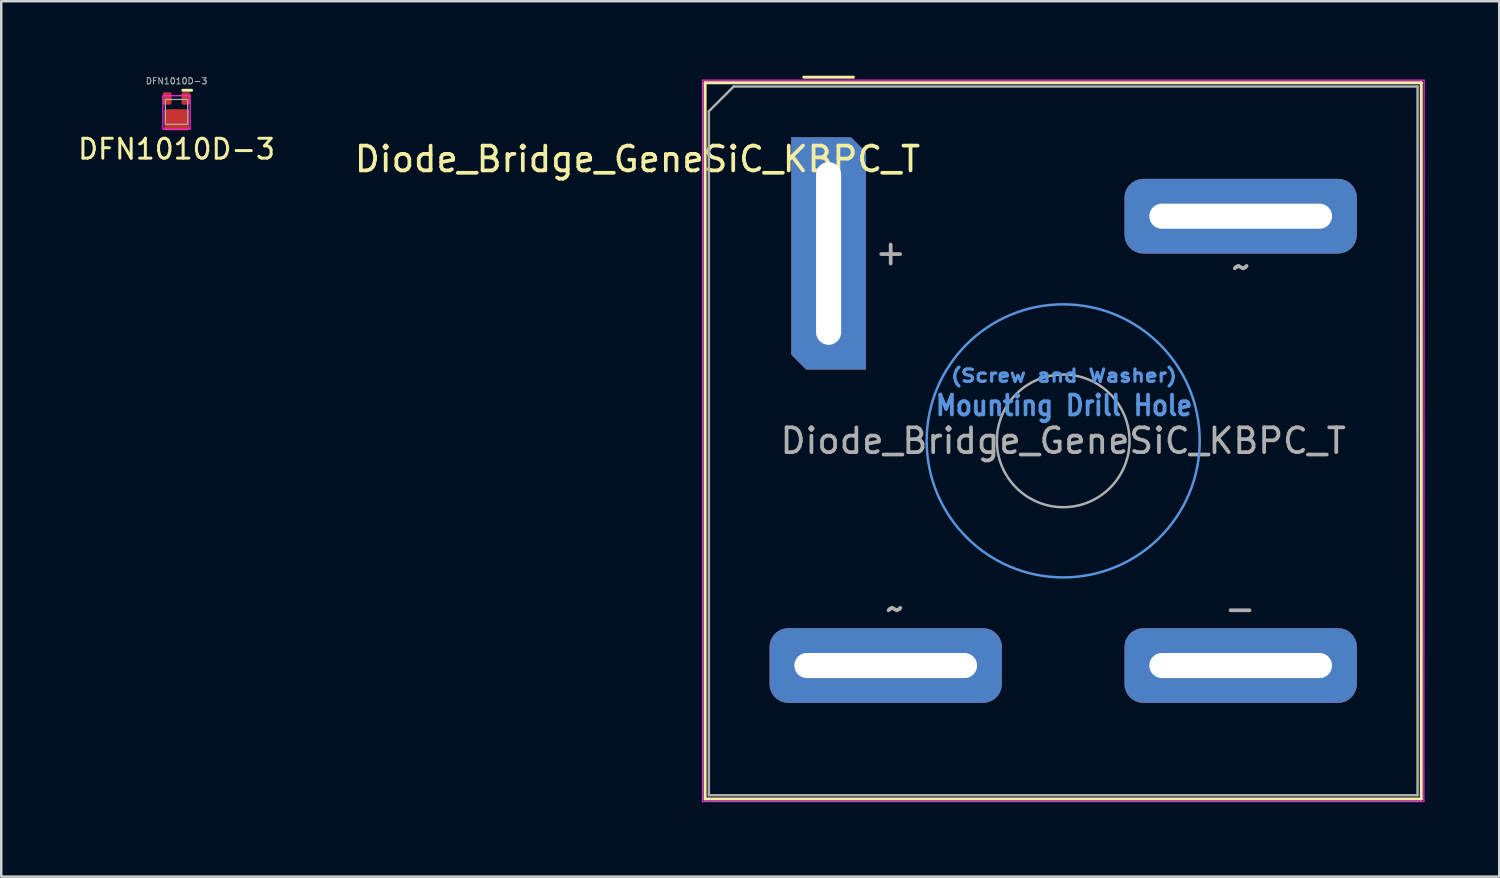
<source format=kicad_pcb>
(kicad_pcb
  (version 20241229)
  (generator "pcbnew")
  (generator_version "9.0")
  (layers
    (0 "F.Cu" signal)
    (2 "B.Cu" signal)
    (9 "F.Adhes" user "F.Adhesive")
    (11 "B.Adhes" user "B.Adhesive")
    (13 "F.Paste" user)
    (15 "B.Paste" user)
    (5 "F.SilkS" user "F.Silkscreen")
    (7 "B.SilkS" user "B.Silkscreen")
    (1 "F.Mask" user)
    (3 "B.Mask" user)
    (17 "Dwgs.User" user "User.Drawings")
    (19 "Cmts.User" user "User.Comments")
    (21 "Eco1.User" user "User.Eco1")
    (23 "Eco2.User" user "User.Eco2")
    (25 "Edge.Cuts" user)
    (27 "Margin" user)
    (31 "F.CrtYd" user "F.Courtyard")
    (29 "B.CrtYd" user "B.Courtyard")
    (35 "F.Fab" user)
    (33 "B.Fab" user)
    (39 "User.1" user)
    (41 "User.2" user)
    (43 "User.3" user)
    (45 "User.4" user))
  (footprint "DFN1010D-3"
    (layer "F.Cu")
    (at 4.062 1.456)
    (property "Reference" "DFN1010D-3" (at 0 1.5 0) (unlocked yes) (layer "F.SilkS") (effects (font (size 0.8 0.8) (thickness 0.12))))
    (attr smd)
    (fp_line (start 0.605 -0.87) (end 0.255 -0.87) (stroke (width 0.12) (type solid)) (layer "F.SilkS"))
    (fp_rect (start -0.4 0.4) (end 0.4 0.7) (stroke (width 0.1) (type solid)) (fill yes) (layer "F.Paste"))
    (fp_rect (start -0.55 -0.65) (end 0.55 0.7) (stroke (width 0.05) (type solid)) (fill no) (layer "F.CrtYd"))
    (fp_rect (start -0.45 -0.5) (end 0.45 0.5) (stroke (width 0.05) (type solid)) (fill no) (layer "F.Fab"))
    (fp_rect (start -0.45 -0.095) (end 0.45 0.095) (stroke (width 0.01) (type solid)) (fill no) (layer "User.6"))
    (fp_rect (start -0.138 0.275) (end 0.138 0.5) (stroke (width 0.01) (type solid)) (fill no) (layer "User.6"))
    (fp_text user "${REFERENCE}" (at 0 -1.24 0) (unlocked yes) (layer "F.Fab") (effects (font (size 0.25 0.25) (thickness 0.04))))
    (pad "1" smd roundrect (at 0.375 -0.54) (size 0.35 0.5) (layers "F.Cu" "F.Mask" "F.Paste") (roundrect_rratio 0.2))
    (pad "2" smd roundrect (at -0.375 -0.54) (size 0.35 0.5) (layers "F.Cu" "F.Mask" "F.Paste") (roundrect_rratio 0.2))
    (pad "3" smd roundrect (at 0.01 0.32) (size 1 0.85) (layers "F.Cu" "F.Mask") (roundrect_rratio 0.1)))
  (footprint "Diode_Bridge_GeneSiC_KBPC_T"
    (layer "F.Cu")
    (at 30.33 7.16)
    (property "Reference" "Diode_Bridge_GeneSiC_KBPC_T" (at -7.7 -3.8 180) (layer "F.SilkS") (effects (font (size 1 1) (thickness 0.15))))
    (attr through_hole)
    (fp_line (start -4.975 -6.875) (end 23.875 -6.875) (stroke (width 0.12) (type solid)) (layer "F.SilkS"))
    (fp_line (start -4.975 21.975) (end -4.975 -6.875) (stroke (width 0.12) (type solid)) (layer "F.SilkS"))
    (fp_line (start -1 -7.1) (end 1 -7.1) (stroke (width 0.12) (type solid)) (layer "F.SilkS"))
    (fp_line (start 23.875 -6.875) (end 23.875 21.975) (stroke (width 0.12) (type solid)) (layer "F.SilkS"))
    (fp_line (start 23.875 21.975) (end -4.975 21.975) (stroke (width 0.12) (type solid)) (layer "F.SilkS"))
    (fp_circle (center 9.45 7.55) (end 14.95 7.55) (stroke (width 0.1) (type solid)) (fill no) (layer "Cmts.User"))
    (fp_line (start -5.08 -6.98) (end 23.99 -6.98) (stroke (width 0.05) (type solid)) (layer "F.CrtYd"))
    (fp_line (start -5.08 22.08) (end -5.08 -6.98) (stroke (width 0.05) (type solid)) (layer "F.CrtYd"))
    (fp_line (start 23.98 22.08) (end -5.08 22.08) (stroke (width 0.05) (type solid)) (layer "F.CrtYd"))
    (fp_line (start 23.99 -6.98) (end 23.98 22.08) (stroke (width 0.05) (type solid)) (layer "F.CrtYd"))
    (fp_line (start -4.825 21.825) (end -4.825 -5.725) (stroke (width 0.1) (type solid)) (layer "F.Fab"))
    (fp_line (start -4.825 21.825) (end 23.725 21.825) (stroke (width 0.1) (type solid)) (layer "F.Fab"))
    (fp_line (start -3.825 -6.725) (end -4.825 -5.725) (stroke (width 0.1) (type solid)) (layer "F.Fab"))
    (fp_line (start -3.825 -6.725) (end 23.725 -6.725) (stroke (width 0.1) (type solid)) (layer "F.Fab"))
    (fp_line (start 23.725 -6.725) (end 23.725 21.825) (stroke (width 0.1) (type solid)) (layer "F.Fab"))
    (fp_circle (center 9.45 7.55) (end 12.122 7.55) (stroke (width 0.1) (type solid)) (fill no) (layer "F.Fab"))
    (fp_text user "Mounting Drill Hole" (at 9.483 6.125 0) (unlocked yes) (layer "Cmts.User") (effects (font (size 0.8 0.7) (thickness 0.15))))
    (fp_text user "(Screw and Washer)" (at 9.483 4.925 0) (unlocked yes) (layer "Cmts.User") (effects (font (size 0.5 0.6) (thickness 0.125))))
    (fp_text user "-" (at 16.575 14.3 0) (unlocked yes) (layer "F.Fab") (effects (font (size 1 1) (thickness 0.15))))
    (fp_text user "+" (at 2.5 -0.05 0) (unlocked yes) (layer "F.Fab") (effects (font (size 1 1) (thickness 0.15))))
    (fp_text user "${REFERENCE}" (at 9.45 7.55 180) (layer "F.Fab") (effects (font (size 1 1) (thickness 0.15))))
    (fp_text user "~" (at 16.625 0.525 0) (unlocked yes) (layer "F.Fab") (effects (font (size 1 1) (thickness 0.15))))
    (fp_text user "~" (at 2.675 14.3 0) (unlocked yes) (layer "F.Fab") (effects (font (size 1 1) (thickness 0.15))))
    (pad "1" thru_hole roundrect (at 0 0 90) (size 9.36 3.01) (drill oval 7.36 1.01) (layers "*.Cu" "*.Mask") (roundrect_rratio 0) (chamfer_ratio 0.2) (chamfer top_left bottom_right))
    (pad "2" thru_hole roundrect (at 16.6 -1.5) (size 9.36 3.01) (drill oval 7.36 1.01) (layers "*.Cu" "*.Mask") (roundrect_rratio 0.25))
    (pad "3" thru_hole roundrect (at 16.6 16.6) (size 9.36 3.01) (drill oval 7.36 1.01) (layers "*.Cu" "*.Mask") (roundrect_rratio 0.25))
    (pad "4" thru_hole roundrect (at 2.3 16.6) (size 9.36 3.01) (drill oval 7.36 1.01) (layers "*.Cu" "*.Mask") (roundrect_rratio 0.25)))
  (gr_rect
    (start -3 -3)
    (end 57.345 32.265)
    (stroke (width 0.1) (type default))
    (fill no)
    (layer "Edge.Cuts")))
</source>
